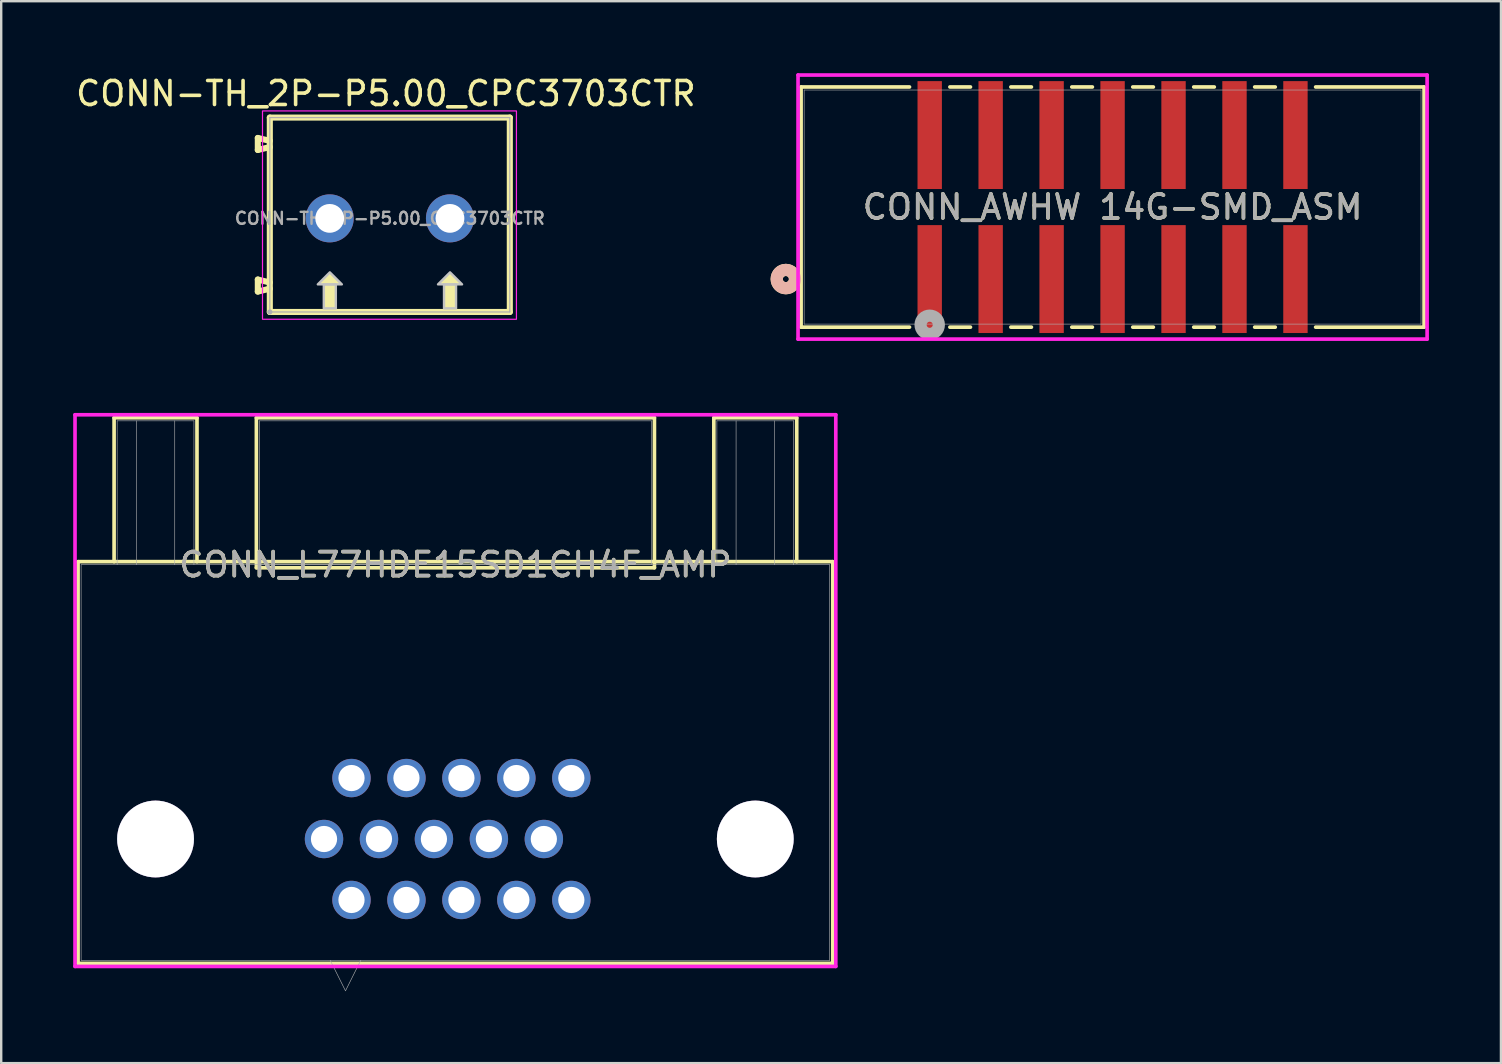
<source format=kicad_pcb>
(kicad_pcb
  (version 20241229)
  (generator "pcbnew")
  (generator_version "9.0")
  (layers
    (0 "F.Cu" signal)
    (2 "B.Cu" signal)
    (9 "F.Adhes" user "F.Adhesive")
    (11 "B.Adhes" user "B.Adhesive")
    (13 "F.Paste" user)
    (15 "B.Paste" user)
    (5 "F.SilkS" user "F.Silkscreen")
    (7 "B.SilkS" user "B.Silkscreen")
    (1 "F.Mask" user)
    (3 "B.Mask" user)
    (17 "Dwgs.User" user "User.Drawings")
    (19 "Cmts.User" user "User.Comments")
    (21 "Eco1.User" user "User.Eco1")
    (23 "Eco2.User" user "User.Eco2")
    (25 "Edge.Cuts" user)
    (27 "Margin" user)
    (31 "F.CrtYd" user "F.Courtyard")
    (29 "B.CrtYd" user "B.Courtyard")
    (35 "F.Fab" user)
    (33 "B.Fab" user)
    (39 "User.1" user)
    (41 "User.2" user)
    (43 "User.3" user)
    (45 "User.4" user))
  (footprint "CONN_AWHW 14G-SMD_ASM"
    (layer "F.Cu")
    (at 43.309 5.578)
    (property "Reference" "CONN_AWHW 14G-SMD_ASM" (at 0 0 0) (unlocked yes) (layer "F.SilkS") (effects (font (size 1 1) (thickness 0.15))))
    (attr smd)
    (fp_line (start -12.979 -5.004) (end -12.979 5.004) (stroke (width 0.152) (type solid)) (layer "F.SilkS"))
    (fp_line (start -12.979 5.004) (end -8.461 5.004) (stroke (width 0.152) (type solid)) (layer "F.SilkS"))
    (fp_line (start -8.461 -5.004) (end -12.979 -5.004) (stroke (width 0.152) (type solid)) (layer "F.SilkS"))
    (fp_line (start -6.779 5.004) (end -5.921 5.004) (stroke (width 0.152) (type solid)) (layer "F.SilkS"))
    (fp_line (start -5.921 -5.004) (end -6.779 -5.004) (stroke (width 0.152) (type solid)) (layer "F.SilkS"))
    (fp_line (start -4.239 5.004) (end -3.381 5.004) (stroke (width 0.152) (type solid)) (layer "F.SilkS"))
    (fp_line (start -3.381 -5.004) (end -4.239 -5.004) (stroke (width 0.152) (type solid)) (layer "F.SilkS"))
    (fp_line (start -1.699 5.004) (end -0.841 5.004) (stroke (width 0.152) (type solid)) (layer "F.SilkS"))
    (fp_line (start -0.841 -5.004) (end -1.699 -5.004) (stroke (width 0.152) (type solid)) (layer "F.SilkS"))
    (fp_line (start 0.841 5.004) (end 1.699 5.004) (stroke (width 0.152) (type solid)) (layer "F.SilkS"))
    (fp_line (start 1.699 -5.004) (end 0.841 -5.004) (stroke (width 0.152) (type solid)) (layer "F.SilkS"))
    (fp_line (start 3.381 5.004) (end 4.239 5.004) (stroke (width 0.152) (type solid)) (layer "F.SilkS"))
    (fp_line (start 4.239 -5.004) (end 3.381 -5.004) (stroke (width 0.152) (type solid)) (layer "F.SilkS"))
    (fp_line (start 5.921 5.004) (end 6.779 5.004) (stroke (width 0.152) (type solid)) (layer "F.SilkS"))
    (fp_line (start 6.779 -5.004) (end 5.921 -5.004) (stroke (width 0.152) (type solid)) (layer "F.SilkS"))
    (fp_line (start 8.461 5.004) (end 12.979 5.004) (stroke (width 0.152) (type solid)) (layer "F.SilkS"))
    (fp_line (start 12.979 -5.004) (end 8.461 -5.004) (stroke (width 0.152) (type solid)) (layer "F.SilkS"))
    (fp_line (start 12.979 5.004) (end 12.979 -5.004) (stroke (width 0.152) (type solid)) (layer "F.SilkS"))
    (fp_circle (center -13.614 3) (end -13.233 3) (stroke (width 0.508) (type solid)) (fill no) (layer "F.SilkS"))
    (fp_circle (center -13.614 3) (end -13.233 3) (stroke (width 0.508) (type solid)) (fill no) (layer "B.SilkS"))
    (fp_line (start -13.106 -5.502) (end -13.106 5.502) (stroke (width 0.152) (type solid)) (layer "F.CrtYd"))
    (fp_line (start -13.106 5.502) (end 13.106 5.502) (stroke (width 0.152) (type solid)) (layer "F.CrtYd"))
    (fp_line (start 13.106 -5.502) (end -13.106 -5.502) (stroke (width 0.152) (type solid)) (layer "F.CrtYd"))
    (fp_line (start 13.106 5.502) (end 13.106 -5.502) (stroke (width 0.152) (type solid)) (layer "F.CrtYd"))
    (fp_line (start -12.852 -4.877) (end -12.852 4.877) (stroke (width 0.025) (type solid)) (layer "F.Fab"))
    (fp_line (start -12.852 4.877) (end 12.852 4.877) (stroke (width 0.025) (type solid)) (layer "F.Fab"))
    (fp_line (start 12.852 -4.877) (end -12.852 -4.877) (stroke (width 0.025) (type solid)) (layer "F.Fab"))
    (fp_line (start 12.852 4.877) (end 12.852 -4.877) (stroke (width 0.025) (type solid)) (layer "F.Fab"))
    (fp_circle (center -7.62 4.905) (end -7.239 4.905) (stroke (width 0.508) (type solid)) (fill no) (layer "F.Fab"))
    (fp_text user "${REFERENCE}" (at 0 0 0) (unlocked yes) (layer "F.Fab") (effects (font (size 1 1) (thickness 0.15))))
    (pad "1" smd rect (at -7.62 3) (size 1.016 4.496) (layers "F.Cu" "F.Mask" "F.Paste"))
    (pad "2" smd rect (at -7.62 -3) (size 1.016 4.496) (layers "F.Cu" "F.Mask" "F.Paste"))
    (pad "3" smd rect (at -5.08 3) (size 1.016 4.496) (layers "F.Cu" "F.Mask" "F.Paste"))
    (pad "4" smd rect (at -5.08 -3) (size 1.016 4.496) (layers "F.Cu" "F.Mask" "F.Paste"))
    (pad "5" smd rect (at -2.54 3) (size 1.016 4.496) (layers "F.Cu" "F.Mask" "F.Paste"))
    (pad "6" smd rect (at -2.54 -3) (size 1.016 4.496) (layers "F.Cu" "F.Mask" "F.Paste"))
    (pad "7" smd rect (at 0 3) (size 1.016 4.496) (layers "F.Cu" "F.Mask" "F.Paste"))
    (pad "8" smd rect (at 0 -3) (size 1.016 4.496) (layers "F.Cu" "F.Mask" "F.Paste"))
    (pad "9" smd rect (at 2.54 3) (size 1.016 4.496) (layers "F.Cu" "F.Mask" "F.Paste"))
    (pad "10" smd rect (at 2.54 -3) (size 1.016 4.496) (layers "F.Cu" "F.Mask" "F.Paste"))
    (pad "11" smd rect (at 5.08 3) (size 1.016 4.496) (layers "F.Cu" "F.Mask" "F.Paste"))
    (pad "12" smd rect (at 5.08 -3) (size 1.016 4.496) (layers "F.Cu" "F.Mask" "F.Paste"))
    (pad "13" smd rect (at 7.62 3) (size 1.016 4.496) (layers "F.Cu" "F.Mask" "F.Paste"))
    (pad "14" smd rect (at 7.62 -3) (size 1.016 4.496) (layers "F.Cu" "F.Mask" "F.Paste")))
  (footprint "CONN-TH_2P-P5.00_CPC3703CTR"
    (layer "F.Cu")
    (at 13.193 6.049)
    (property "Reference" "CONN-TH_2P-P5.00_CPC3703CTR" (at -0.163 -5.2 0) (layer "F.SilkS") (effects (font (size 1 1) (thickness 0.15))))
    (fp_line (start -5.5 2.55) (end -5.5 3.05) (stroke (width 0.254) (type default)) (layer "F.SilkS"))
    (fp_line (start -5.5 2.55) (end -5 2.67) (stroke (width 0.254) (type default)) (layer "F.SilkS"))
    (fp_line (start -5.5 3.05) (end -5 2.93) (stroke (width 0.254) (type default)) (layer "F.SilkS"))
    (fp_line (start -5.5 -3.35) (end -5.5 -2.85) (stroke (width 0.254) (type default)) (layer "F.SilkS"))
    (fp_line (start -5.5 -3.35) (end -5 -3.231) (stroke (width 0.254) (type default)) (layer "F.SilkS"))
    (fp_line (start -5.5 -2.85) (end -5 -2.971) (stroke (width 0.254) (type default)) (layer "F.SilkS"))
    (fp_line (start -5 -4.2) (end 5 -4.2) (stroke (width 0.254) (type default)) (layer "F.SilkS"))
    (fp_line (start -5 3.9) (end -5 -4.2) (stroke (width 0.254) (type default)) (layer "F.SilkS"))
    (fp_line (start 5 -4.2) (end 5 3.9) (stroke (width 0.254) (type default)) (layer "F.SilkS"))
    (fp_line (start 5 3.9) (end -5 3.9) (stroke (width 0.254) (type default)) (layer "F.SilkS"))
    (fp_poly (pts (xy -2.5 2.25) (xy -3 2.75) (xy -2 2.75)) (stroke (width 0) (type default)) (fill yes) (layer "F.SilkS"))
    (fp_poly (pts (xy 2.509 2.25) (xy 2.009 2.75) (xy 3.009 2.75)) (stroke (width 0) (type default)) (fill yes) (layer "F.SilkS"))
    (fp_poly (pts (xy -2.75 2.75) (xy -2.25 2.75) (xy -2.25 3.75) (xy -2.75 3.75)) (stroke (width 0) (type default)) (fill yes) (layer "F.SilkS"))
    (fp_poly (pts (xy 2.259 2.75) (xy 2.759 2.75) (xy 2.759 3.75) (xy 2.259 3.75)) (stroke (width 0) (type default)) (fill yes) (layer "F.SilkS"))
    (fp_poly (pts (xy -2.5 2.25) (xy -3 2.75) (xy -2 2.75)) (stroke (width 0.1) (type default)) (fill no) (layer "Dwgs.User"))
    (fp_poly (pts (xy 2.509 2.25) (xy 2.009 2.75) (xy 3.009 2.75)) (stroke (width 0.1) (type default)) (fill no) (layer "Dwgs.User"))
    (fp_poly (pts (xy -2.75 2.75) (xy -2.25 2.75) (xy -2.25 3.75) (xy -2.75 3.75)) (stroke (width 0.1) (type default)) (fill no) (layer "Dwgs.User"))
    (fp_poly (pts (xy 2.259 2.75) (xy 2.759 2.75) (xy 2.759 3.75) (xy 2.259 3.75)) (stroke (width 0.1) (type default)) (fill no) (layer "Dwgs.User"))
    (fp_rect (start -5.305 -4.476) (end 5.276 4.205) (stroke (width 0.05) (type default)) (fill no) (layer "F.CrtYd"))
    (fp_line (start -5 -4.2) (end 5 -4.2) (stroke (width 0.051) (type default)) (layer "F.Fab"))
    (fp_line (start -5 3.9) (end -5 -4.2) (stroke (width 0.051) (type default)) (layer "F.Fab"))
    (fp_line (start 5 -4.2) (end 5 3.9) (stroke (width 0.051) (type default)) (layer "F.Fab"))
    (fp_line (start 5 3.9) (end -5 3.9) (stroke (width 0.051) (type default)) (layer "F.Fab"))
    (fp_poly (pts (xy -4.944 3.877) (xy -4.977 3.845) (xy -5.022 3.845) (xy -5.055 3.877) (xy -5.055 3.923) (xy -5.022 3.955) (xy -4.977 3.955) (xy -4.944 3.923)) (stroke (width 0.1) (type default)) (fill no) (layer "F.Fab"))
    (fp_poly (pts (xy -2.009 -0.065) (xy -2.043 -0.191) (xy -2.108 -0.304) (xy -2.2 -0.397) (xy -2.313 -0.462) (xy -2.439 -0.496) (xy -2.57 -0.496) (xy -2.696 -0.462) (xy -2.809 -0.397) (xy -2.901 -0.304) (xy -2.966 -0.191) (xy -3 -0.065) (xy -3 0.065) (xy -2.966 0.191) (xy -2.901 0.304) (xy -2.809 0.397) (xy -2.696 0.462) (xy -2.57 0.496) (xy -2.439 0.496) (xy -2.313 0.462) (xy -2.2 0.397) (xy -2.108 0.304) (xy -2.043 0.191) (xy -2.009 0.065)) (stroke (width 0.1) (type default)) (fill no) (layer "User.1"))
    (fp_poly (pts (xy 3 -0.065) (xy 2.966 -0.191) (xy 2.901 -0.304) (xy 2.809 -0.397) (xy 2.696 -0.462) (xy 2.57 -0.496) (xy 2.439 -0.496) (xy 2.313 -0.462) (xy 2.2 -0.397) (xy 2.108 -0.304) (xy 2.043 -0.191) (xy 2.009 -0.065) (xy 2.009 0.065) (xy 2.043 0.191) (xy 2.108 0.304) (xy 2.2 0.397) (xy 2.313 0.462) (xy 2.439 0.496) (xy 2.57 0.496) (xy 2.696 0.462) (xy 2.809 0.397) (xy 2.901 0.304) (xy 2.966 0.191) (xy 3 0.065)) (stroke (width 0.1) (type default)) (fill no) (layer "User.1"))
    (fp_text user "${REFERENCE}" (at 0 0 0) (layer "F.Fab") (effects (font (size 0.5 0.5) (thickness 0.1))))
    (pad "1" thru_hole circle (at -2.505 0) (size 2 2) (drill 1.2) (layers "*.Cu" "*.Mask"))
    (pad "2" thru_hole circle (at 2.505 0) (size 2 2) (drill 1.2) (layers "*.Cu" "*.Mask")))
  (footprint "CONN_L77HDE15SD1CH4F_AMP"
    (layer "F.Cu")
    (at 15.926 20.48)
    (property "Reference" "CONN_L77HDE15SD1CH4F_AMP" (at 0 0 0) (unlocked yes) (layer "F.SilkS") (effects (font (size 1 1) (thickness 0.15))))
    (attr through_hole)
    (fp_line (start -15.723 -0.127) (end -15.723 16.612) (stroke (width 0.152) (type solid)) (layer "F.SilkS"))
    (fp_line (start -15.723 16.612) (end 15.723 16.612) (stroke (width 0.152) (type solid)) (layer "F.SilkS"))
    (fp_line (start -14.222 -6.121) (end -10.768 -6.121) (stroke (width 0.152) (type solid)) (layer "F.SilkS"))
    (fp_line (start -14.222 -0.127) (end -14.222 -6.121) (stroke (width 0.152) (type solid)) (layer "F.SilkS"))
    (fp_line (start -10.768 -6.121) (end -10.768 -0.127) (stroke (width 0.152) (type solid)) (layer "F.SilkS"))
    (fp_line (start -8.293 -6.121) (end -8.293 0.127) (stroke (width 0.152) (type solid)) (layer "F.SilkS"))
    (fp_line (start -8.293 0.127) (end 8.293 0.127) (stroke (width 0.152) (type solid)) (layer "F.SilkS"))
    (fp_line (start 8.293 -6.121) (end -8.293 -6.121) (stroke (width 0.152) (type solid)) (layer "F.SilkS"))
    (fp_line (start 8.293 0.127) (end 8.293 -6.121) (stroke (width 0.152) (type solid)) (layer "F.SilkS"))
    (fp_line (start 10.768 -6.121) (end 14.222 -6.121) (stroke (width 0.152) (type solid)) (layer "F.SilkS"))
    (fp_line (start 10.768 -0.127) (end 10.768 -6.121) (stroke (width 0.152) (type solid)) (layer "F.SilkS"))
    (fp_line (start 14.222 -6.121) (end 14.222 -0.127) (stroke (width 0.152) (type solid)) (layer "F.SilkS"))
    (fp_line (start 15.723 -0.127) (end -15.723 -0.127) (stroke (width 0.152) (type solid)) (layer "F.SilkS"))
    (fp_line (start 15.723 16.612) (end 15.723 -0.127) (stroke (width 0.152) (type solid)) (layer "F.SilkS"))
    (fp_line (start -15.85 -6.248) (end -15.85 16.739) (stroke (width 0.152) (type solid)) (layer "F.CrtYd"))
    (fp_line (start -15.85 16.739) (end 15.85 16.739) (stroke (width 0.152) (type solid)) (layer "F.CrtYd"))
    (fp_line (start 15.85 -6.248) (end -15.85 -6.248) (stroke (width 0.152) (type solid)) (layer "F.CrtYd"))
    (fp_line (start 15.85 16.739) (end 15.85 -6.248) (stroke (width 0.152) (type solid)) (layer "F.CrtYd"))
    (fp_line (start -15.596 0) (end -15.596 16.485) (stroke (width 0.025) (type solid)) (layer "F.Fab"))
    (fp_line (start -15.596 16.485) (end 15.596 16.485) (stroke (width 0.025) (type solid)) (layer "F.Fab"))
    (fp_line (start -14.095 -5.994) (end -10.895 -5.994) (stroke (width 0.025) (type solid)) (layer "F.Fab"))
    (fp_line (start -14.095 0) (end -14.095 -5.994) (stroke (width 0.025) (type solid)) (layer "F.Fab"))
    (fp_line (start -13.295 0) (end -13.295 -5.994) (stroke (width 0.025) (type solid)) (layer "F.Fab"))
    (fp_line (start -11.695 -5.994) (end -11.695 0) (stroke (width 0.025) (type solid)) (layer "F.Fab"))
    (fp_line (start -10.895 -5.994) (end -10.895 0) (stroke (width 0.025) (type solid)) (layer "F.Fab"))
    (fp_line (start -8.166 -5.994) (end -8.166 0) (stroke (width 0.025) (type solid)) (layer "F.Fab"))
    (fp_line (start -8.166 0) (end 8.166 0) (stroke (width 0.025) (type solid)) (layer "F.Fab"))
    (fp_line (start -5.215 16.485) (end -4.58 17.755) (stroke (width 0.025) (type solid)) (layer "F.Fab"))
    (fp_line (start -3.945 16.485) (end -4.58 17.755) (stroke (width 0.025) (type solid)) (layer "F.Fab"))
    (fp_line (start 8.166 -5.994) (end -8.166 -5.994) (stroke (width 0.025) (type solid)) (layer "F.Fab"))
    (fp_line (start 8.166 0) (end 8.166 -5.994) (stroke (width 0.025) (type solid)) (layer "F.Fab"))
    (fp_line (start 10.895 -5.994) (end 14.095 -5.994) (stroke (width 0.025) (type solid)) (layer "F.Fab"))
    (fp_line (start 10.895 0) (end 10.895 -5.994) (stroke (width 0.025) (type solid)) (layer "F.Fab"))
    (fp_line (start 11.695 0) (end 11.695 -5.994) (stroke (width 0.025) (type solid)) (layer "F.Fab"))
    (fp_line (start 13.295 -5.994) (end 13.295 0) (stroke (width 0.025) (type solid)) (layer "F.Fab"))
    (fp_line (start 14.095 -5.994) (end 14.095 0) (stroke (width 0.025) (type solid)) (layer "F.Fab"))
    (fp_line (start 15.596 0) (end -15.596 0) (stroke (width 0.025) (type solid)) (layer "F.Fab"))
    (fp_line (start 15.596 16.485) (end 15.596 0) (stroke (width 0.025) (type solid)) (layer "F.Fab"))
    (fp_text user "${REFERENCE}" (at 0 0 0) (unlocked yes) (layer "F.Fab") (effects (font (size 1 1) (thickness 0.15))))
    (pad "1" thru_hole circle (at -4.33 13.97) (size 1.6 1.6) (drill 1.092) (layers "*.Cu" "*.Mask"))
    (pad "2" thru_hole circle (at -2.04 13.97) (size 1.6 1.6) (drill 1.092) (layers "*.Cu" "*.Mask"))
    (pad "3" thru_hole circle (at 0.25 13.97) (size 1.6 1.6) (drill 1.092) (layers "*.Cu" "*.Mask"))
    (pad "4" thru_hole circle (at 2.54 13.97) (size 1.6 1.6) (drill 1.092) (layers "*.Cu" "*.Mask"))
    (pad "5" thru_hole circle (at 4.83 13.97) (size 1.6 1.6) (drill 1.092) (layers "*.Cu" "*.Mask"))
    (pad "6" thru_hole circle (at -5.475 11.43) (size 1.6 1.6) (drill 1.092) (layers "*.Cu" "*.Mask"))
    (pad "7" thru_hole circle (at -3.185 11.43) (size 1.6 1.6) (drill 1.092) (layers "*.Cu" "*.Mask"))
    (pad "8" thru_hole circle (at -0.895 11.43) (size 1.6 1.6) (drill 1.092) (layers "*.Cu" "*.Mask"))
    (pad "9" thru_hole circle (at 1.395 11.43) (size 1.6 1.6) (drill 1.092) (layers "*.Cu" "*.Mask"))
    (pad "10" thru_hole circle (at 3.685 11.43) (size 1.6 1.6) (drill 1.092) (layers "*.Cu" "*.Mask"))
    (pad "11" thru_hole circle (at -4.33 8.89) (size 1.6 1.6) (drill 1.092) (layers "*.Cu" "*.Mask"))
    (pad "12" thru_hole circle (at -2.04 8.89) (size 1.6 1.6) (drill 1.092) (layers "*.Cu" "*.Mask"))
    (pad "13" thru_hole circle (at 0.25 8.89) (size 1.6 1.6) (drill 1.092) (layers "*.Cu" "*.Mask"))
    (pad "14" thru_hole circle (at 2.54 8.89) (size 1.6 1.6) (drill 1.092) (layers "*.Cu" "*.Mask"))
    (pad "15" thru_hole circle (at 4.83 8.89) (size 1.6 1.6) (drill 1.092) (layers "*.Cu" "*.Mask"))
    (pad "None" thru_hole circle (at -12.495 11.43) (size 3.2 3.2) (drill 3.2) (layers "*.Cu" "*.Mask"))
    (pad "None" thru_hole circle (at 12.495 11.43) (size 3.2 3.2) (drill 3.2) (layers "*.Cu" "*.Mask")))
  (gr_rect
    (start -3 -3)
    (end 59.492 41.248)
    (stroke (width 0.1) (type default))
    (fill no)
    (layer "Edge.Cuts")))
</source>
